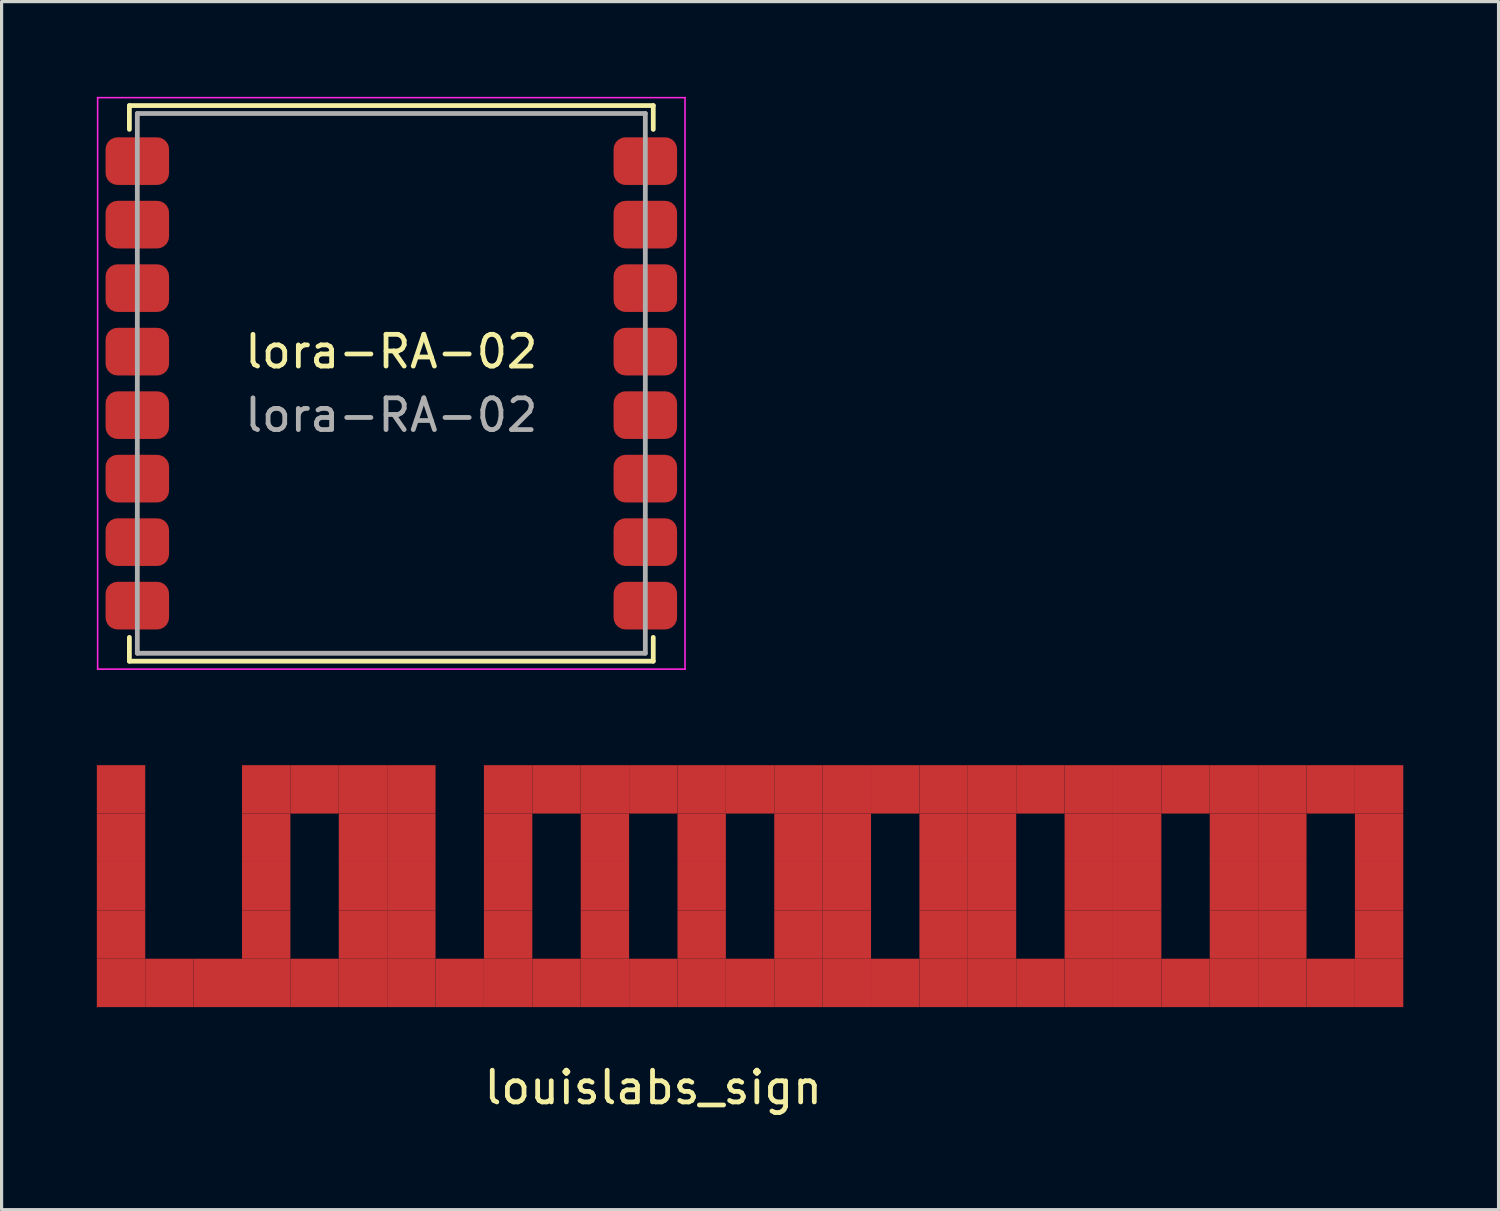
<source format=kicad_pcb>
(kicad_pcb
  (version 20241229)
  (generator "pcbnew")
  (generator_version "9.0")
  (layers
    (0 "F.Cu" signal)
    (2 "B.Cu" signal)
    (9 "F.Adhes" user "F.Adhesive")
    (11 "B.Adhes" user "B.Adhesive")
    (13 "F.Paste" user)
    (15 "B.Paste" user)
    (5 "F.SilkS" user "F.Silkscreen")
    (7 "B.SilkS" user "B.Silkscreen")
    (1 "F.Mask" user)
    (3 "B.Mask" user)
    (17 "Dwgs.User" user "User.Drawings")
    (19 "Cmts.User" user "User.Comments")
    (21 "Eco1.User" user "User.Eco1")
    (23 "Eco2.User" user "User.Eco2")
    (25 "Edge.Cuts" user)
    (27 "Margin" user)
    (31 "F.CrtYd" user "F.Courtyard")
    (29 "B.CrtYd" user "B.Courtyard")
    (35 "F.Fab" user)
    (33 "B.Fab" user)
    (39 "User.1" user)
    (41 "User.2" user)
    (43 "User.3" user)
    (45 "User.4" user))
  (footprint "lora-RA-02"
    (layer "F.Cu")
    (at 9.275 9.025)
    (property "Reference" "lora-RA-02" (at 0 -1 0) (layer "F.SilkS") (effects (font (size 1 1) (thickness 0.15))))
    (attr smd)
    (fp_line (start -8.25 -8.75) (end 8.25 -8.75) (stroke (width 0.15) (type solid)) (layer "F.SilkS"))
    (fp_line (start -8.25 -8) (end -8.25 -8.75) (stroke (width 0.15) (type solid)) (layer "F.SilkS"))
    (fp_line (start -8.25 8) (end -8.25 8.75) (stroke (width 0.15) (type solid)) (layer "F.SilkS"))
    (fp_line (start -8.25 8.75) (end 8.25 8.75) (stroke (width 0.15) (type solid)) (layer "F.SilkS"))
    (fp_line (start 8.25 -8.75) (end 8.25 -8) (stroke (width 0.15) (type solid)) (layer "F.SilkS"))
    (fp_line (start 8.25 8.75) (end 8.25 8) (stroke (width 0.15) (type solid)) (layer "F.SilkS"))
    (fp_line (start -9.25 -9) (end 9.25 -9) (stroke (width 0.05) (type solid)) (layer "F.CrtYd"))
    (fp_line (start -9.25 9) (end -9.25 -9) (stroke (width 0.05) (type solid)) (layer "F.CrtYd"))
    (fp_line (start 9.25 -9) (end 9.25 9) (stroke (width 0.05) (type solid)) (layer "F.CrtYd"))
    (fp_line (start 9.25 9) (end -9.25 9) (stroke (width 0.05) (type solid)) (layer "F.CrtYd"))
    (fp_line (start -8 -8.5) (end 8 -8.5) (stroke (width 0.15) (type solid)) (layer "F.Fab"))
    (fp_line (start -8 8.5) (end -8 -8.5) (stroke (width 0.15) (type solid)) (layer "F.Fab"))
    (fp_line (start 8 -8.5) (end 8 8.5) (stroke (width 0.15) (type solid)) (layer "F.Fab"))
    (fp_line (start 8 8.5) (end -8 8.5) (stroke (width 0.15) (type solid)) (layer "F.Fab"))
    (fp_text user "${REFERENCE}" (at 0 1 0) (layer "F.Fab") (effects (font (size 1 1) (thickness 0.15))))
    (pad "1" smd roundrect (at -8 -7) (size 2 1.5) (layers "F.Cu" "F.Mask" "F.Paste") (roundrect_rratio 0.25))
    (pad "2" smd roundrect (at -8 -5) (size 2 1.5) (layers "F.Cu" "F.Mask" "F.Paste") (roundrect_rratio 0.25))
    (pad "3" smd roundrect (at -8 -3) (size 2 1.5) (layers "F.Cu" "F.Mask" "F.Paste") (roundrect_rratio 0.25))
    (pad "4" smd roundrect (at -8 -1) (size 2 1.5) (layers "F.Cu" "F.Mask" "F.Paste") (roundrect_rratio 0.25))
    (pad "5" smd roundrect (at -8 1) (size 2 1.5) (layers "F.Cu" "F.Mask" "F.Paste") (roundrect_rratio 0.25))
    (pad "6" smd roundrect (at -8 3) (size 2 1.5) (layers "F.Cu" "F.Mask" "F.Paste") (roundrect_rratio 0.25))
    (pad "7" smd roundrect (at -8 5) (size 2 1.5) (layers "F.Cu" "F.Mask" "F.Paste") (roundrect_rratio 0.25))
    (pad "8" smd roundrect (at -8 7) (size 2 1.5) (layers "F.Cu" "F.Mask" "F.Paste") (roundrect_rratio 0.25))
    (pad "9" smd roundrect (at 8 7) (size 2 1.5) (layers "F.Cu" "F.Mask" "F.Paste") (roundrect_rratio 0.25))
    (pad "10" smd roundrect (at 8 5) (size 2 1.5) (layers "F.Cu" "F.Mask" "F.Paste") (roundrect_rratio 0.25))
    (pad "11" smd roundrect (at 8 3) (size 2 1.5) (layers "F.Cu" "F.Mask" "F.Paste") (roundrect_rratio 0.25))
    (pad "12" smd roundrect (at 8 1) (size 2 1.5) (layers "F.Cu" "F.Mask" "F.Paste") (roundrect_rratio 0.25))
    (pad "13" smd roundrect (at 8 -1) (size 2 1.5) (layers "F.Cu" "F.Mask" "F.Paste") (roundrect_rratio 0.25))
    (pad "14" smd roundrect (at 8 -3) (size 2 1.5) (layers "F.Cu" "F.Mask" "F.Paste") (roundrect_rratio 0.25))
    (pad "15" smd roundrect (at 8 -5) (size 2 1.5) (layers "F.Cu" "F.Mask" "F.Paste") (roundrect_rratio 0.25))
    (pad "16" smd roundrect (at 8 -7) (size 2 1.5) (layers "F.Cu" "F.Mask" "F.Paste") (roundrect_rratio 0.25)))
  (footprint "louislabs_sign"
    (layer "F.Cu")
    (at 17.526 30.702)
    (property "Reference" "louislabs_sign" (at 0 0.5 0) (layer "F.SilkS") (effects (font (size 1 1) (thickness 0.15))))
    (attr through_hole)
    (pad "1" smd rect (at -16.764 -8.89) (size 1.524 1.524) (layers "F.Cu" "F.Mask" "F.Paste"))
    (pad "1" smd rect (at -16.764 -7.366) (size 1.524 1.524) (layers "F.Cu" "F.Mask" "F.Paste"))
    (pad "1" smd rect (at -16.764 -5.842) (size 1.524 1.524) (layers "F.Cu" "F.Mask" "F.Paste"))
    (pad "1" smd rect (at -16.764 -4.318) (size 1.524 1.524) (layers "F.Cu" "F.Mask" "F.Paste"))
    (pad "1" smd rect (at -16.764 -2.794) (size 1.524 1.524) (layers "F.Cu" "F.Mask" "F.Paste"))
    (pad "1" smd rect (at -15.24 -2.794) (size 1.524 1.524) (layers "F.Cu" "F.Mask" "F.Paste"))
    (pad "1" smd rect (at -13.716 -2.794) (size 1.524 1.524) (layers "F.Cu" "F.Mask" "F.Paste"))
    (pad "1" smd rect (at -12.192 -8.89) (size 1.524 1.524) (layers "F.Cu" "F.Mask" "F.Paste"))
    (pad "1" smd rect (at -12.192 -7.366) (size 1.524 1.524) (layers "F.Cu" "F.Mask" "F.Paste"))
    (pad "1" smd rect (at -12.192 -5.842) (size 1.524 1.524) (layers "F.Cu" "F.Mask" "F.Paste"))
    (pad "1" smd rect (at -12.192 -4.318) (size 1.524 1.524) (layers "F.Cu" "F.Mask" "F.Paste"))
    (pad "1" smd rect (at -12.192 -2.794) (size 1.524 1.524) (layers "F.Cu" "F.Mask" "F.Paste"))
    (pad "1" smd rect (at -10.668 -8.89) (size 1.524 1.524) (layers "F.Cu" "F.Mask" "F.Paste"))
    (pad "1" smd rect (at -10.668 -2.794) (size 1.524 1.524) (layers "F.Cu" "F.Mask" "F.Paste"))
    (pad "1" smd rect (at -9.144 -8.89) (size 1.524 1.524) (layers "F.Cu" "F.Mask" "F.Paste"))
    (pad "1" smd rect (at -9.144 -7.366) (size 1.524 1.524) (layers "F.Cu" "F.Mask" "F.Paste"))
    (pad "1" smd rect (at -9.144 -5.842) (size 1.524 1.524) (layers "F.Cu" "F.Mask" "F.Paste"))
    (pad "1" smd rect (at -9.144 -4.318) (size 1.524 1.524) (layers "F.Cu" "F.Mask" "F.Paste"))
    (pad "1" smd rect (at -9.144 -2.794) (size 1.524 1.524) (layers "F.Cu" "F.Mask" "F.Paste"))
    (pad "1" smd rect (at -7.62 -8.89) (size 1.524 1.524) (layers "F.Cu" "F.Mask" "F.Paste"))
    (pad "1" smd rect (at -7.62 -7.366) (size 1.524 1.524) (layers "F.Cu" "F.Mask" "F.Paste"))
    (pad "1" smd rect (at -7.62 -5.842) (size 1.524 1.524) (layers "F.Cu" "F.Mask" "F.Paste"))
    (pad "1" smd rect (at -7.62 -4.318) (size 1.524 1.524) (layers "F.Cu" "F.Mask" "F.Paste"))
    (pad "1" smd rect (at -7.62 -2.794) (size 1.524 1.524) (layers "F.Cu" "F.Mask" "F.Paste"))
    (pad "1" smd rect (at -6.096 -2.794) (size 1.524 1.524) (layers "F.Cu" "F.Mask" "F.Paste"))
    (pad "1" smd rect (at -4.572 -8.89) (size 1.524 1.524) (layers "F.Cu" "F.Mask" "F.Paste"))
    (pad "1" smd rect (at -4.572 -7.366) (size 1.524 1.524) (layers "F.Cu" "F.Mask" "F.Paste"))
    (pad "1" smd rect (at -4.572 -5.842) (size 1.524 1.524) (layers "F.Cu" "F.Mask" "F.Paste"))
    (pad "1" smd rect (at -4.572 -4.318) (size 1.524 1.524) (layers "F.Cu" "F.Mask" "F.Paste"))
    (pad "1" smd rect (at -4.572 -2.794) (size 1.524 1.524) (layers "F.Cu" "F.Mask" "F.Paste"))
    (pad "1" smd rect (at -3.048 -8.89) (size 1.524 1.524) (layers "F.Cu" "F.Mask" "F.Paste"))
    (pad "1" smd rect (at -3.048 -2.794) (size 1.524 1.524) (layers "F.Cu" "F.Mask" "F.Paste"))
    (pad "1" smd rect (at -1.524 -8.89) (size 1.524 1.524) (layers "F.Cu" "F.Mask" "F.Paste"))
    (pad "1" smd rect (at -1.524 -7.366) (size 1.524 1.524) (layers "F.Cu" "F.Mask" "F.Paste"))
    (pad "1" smd rect (at -1.524 -5.842) (size 1.524 1.524) (layers "F.Cu" "F.Mask" "F.Paste"))
    (pad "1" smd rect (at -1.524 -4.318) (size 1.524 1.524) (layers "F.Cu" "F.Mask" "F.Paste"))
    (pad "1" smd rect (at -1.524 -2.794) (size 1.524 1.524) (layers "F.Cu" "F.Mask" "F.Paste"))
    (pad "1" smd rect (at 0 -8.89) (size 1.524 1.524) (layers "F.Cu" "F.Mask" "F.Paste"))
    (pad "1" smd rect (at 0 -2.794) (size 1.524 1.524) (layers "F.Cu" "F.Mask" "F.Paste"))
    (pad "1" smd rect (at 1.524 -8.89) (size 1.524 1.524) (layers "F.Cu" "F.Mask" "F.Paste"))
    (pad "1" smd rect (at 1.524 -7.366) (size 1.524 1.524) (layers "F.Cu" "F.Mask" "F.Paste"))
    (pad "1" smd rect (at 1.524 -5.842) (size 1.524 1.524) (layers "F.Cu" "F.Mask" "F.Paste"))
    (pad "1" smd rect (at 1.524 -4.318) (size 1.524 1.524) (layers "F.Cu" "F.Mask" "F.Paste"))
    (pad "1" smd rect (at 1.524 -2.794) (size 1.524 1.524) (layers "F.Cu" "F.Mask" "F.Paste"))
    (pad "1" smd rect (at 3.048 -8.89) (size 1.524 1.524) (layers "F.Cu" "F.Mask" "F.Paste"))
    (pad "1" smd rect (at 3.048 -2.794) (size 1.524 1.524) (layers "F.Cu" "F.Mask" "F.Paste"))
    (pad "1" smd rect (at 4.572 -8.89) (size 1.524 1.524) (layers "F.Cu" "F.Mask" "F.Paste"))
    (pad "1" smd rect (at 4.572 -7.366) (size 1.524 1.524) (layers "F.Cu" "F.Mask" "F.Paste"))
    (pad "1" smd rect (at 4.572 -5.842) (size 1.524 1.524) (layers "F.Cu" "F.Mask" "F.Paste"))
    (pad "1" smd rect (at 4.572 -4.318) (size 1.524 1.524) (layers "F.Cu" "F.Mask" "F.Paste"))
    (pad "1" smd rect (at 4.572 -2.794) (size 1.524 1.524) (layers "F.Cu" "F.Mask" "F.Paste"))
    (pad "1" smd rect (at 6.096 -8.89) (size 1.524 1.524) (layers "F.Cu" "F.Mask" "F.Paste"))
    (pad "1" smd rect (at 6.096 -7.366) (size 1.524 1.524) (layers "F.Cu" "F.Mask" "F.Paste"))
    (pad "1" smd rect (at 6.096 -5.842) (size 1.524 1.524) (layers "F.Cu" "F.Mask" "F.Paste"))
    (pad "1" smd rect (at 6.096 -4.318) (size 1.524 1.524) (layers "F.Cu" "F.Mask" "F.Paste"))
    (pad "1" smd rect (at 6.096 -2.794) (size 1.524 1.524) (layers "F.Cu" "F.Mask" "F.Paste"))
    (pad "1" smd rect (at 7.62 -8.89) (size 1.524 1.524) (layers "F.Cu" "F.Mask" "F.Paste"))
    (pad "1" smd rect (at 7.62 -2.794) (size 1.524 1.524) (layers "F.Cu" "F.Mask" "F.Paste"))
    (pad "1" smd rect (at 9.144 -8.89) (size 1.524 1.524) (layers "F.Cu" "F.Mask" "F.Paste"))
    (pad "1" smd rect (at 9.144 -7.366) (size 1.524 1.524) (layers "F.Cu" "F.Mask" "F.Paste"))
    (pad "1" smd rect (at 9.144 -5.842) (size 1.524 1.524) (layers "F.Cu" "F.Mask" "F.Paste"))
    (pad "1" smd rect (at 9.144 -4.318) (size 1.524 1.524) (layers "F.Cu" "F.Mask" "F.Paste"))
    (pad "1" smd rect (at 9.144 -2.794) (size 1.524 1.524) (layers "F.Cu" "F.Mask" "F.Paste"))
    (pad "1" smd rect (at 10.668 -8.89) (size 1.524 1.524) (layers "F.Cu" "F.Mask" "F.Paste"))
    (pad "1" smd rect (at 10.668 -7.366) (size 1.524 1.524) (layers "F.Cu" "F.Mask" "F.Paste"))
    (pad "1" smd rect (at 10.668 -5.842) (size 1.524 1.524) (layers "F.Cu" "F.Mask" "F.Paste"))
    (pad "1" smd rect (at 10.668 -4.318) (size 1.524 1.524) (layers "F.Cu" "F.Mask" "F.Paste"))
    (pad "1" smd rect (at 10.668 -2.794) (size 1.524 1.524) (layers "F.Cu" "F.Mask" "F.Paste"))
    (pad "1" smd rect (at 12.192 -8.89) (size 1.524 1.524) (layers "F.Cu" "F.Mask" "F.Paste"))
    (pad "1" smd rect (at 12.192 -2.794) (size 1.524 1.524) (layers "F.Cu" "F.Mask" "F.Paste"))
    (pad "1" smd rect (at 13.716 -8.89) (size 1.524 1.524) (layers "F.Cu" "F.Mask" "F.Paste"))
    (pad "1" smd rect (at 13.716 -7.366) (size 1.524 1.524) (layers "F.Cu" "F.Mask" "F.Paste"))
    (pad "1" smd rect (at 13.716 -5.842) (size 1.524 1.524) (layers "F.Cu" "F.Mask" "F.Paste"))
    (pad "1" smd rect (at 13.716 -4.318) (size 1.524 1.524) (layers "F.Cu" "F.Mask" "F.Paste"))
    (pad "1" smd rect (at 13.716 -2.794) (size 1.524 1.524) (layers "F.Cu" "F.Mask" "F.Paste"))
    (pad "1" smd rect (at 15.24 -8.89) (size 1.524 1.524) (layers "F.Cu" "F.Mask" "F.Paste"))
    (pad "1" smd rect (at 15.24 -7.366) (size 1.524 1.524) (layers "F.Cu" "F.Mask" "F.Paste"))
    (pad "1" smd rect (at 15.24 -5.842) (size 1.524 1.524) (layers "F.Cu" "F.Mask" "F.Paste"))
    (pad "1" smd rect (at 15.24 -4.318) (size 1.524 1.524) (layers "F.Cu" "F.Mask" "F.Paste"))
    (pad "1" smd rect (at 15.24 -2.794) (size 1.524 1.524) (layers "F.Cu" "F.Mask" "F.Paste"))
    (pad "1" smd rect (at 16.764 -8.89) (size 1.524 1.524) (layers "F.Cu" "F.Mask" "F.Paste"))
    (pad "1" smd rect (at 16.764 -2.794) (size 1.524 1.524) (layers "F.Cu" "F.Mask" "F.Paste"))
    (pad "1" smd rect (at 18.288 -8.89) (size 1.524 1.524) (layers "F.Cu" "F.Mask" "F.Paste"))
    (pad "1" smd rect (at 18.288 -7.366) (size 1.524 1.524) (layers "F.Cu" "F.Mask" "F.Paste"))
    (pad "1" smd rect (at 18.288 -5.842) (size 1.524 1.524) (layers "F.Cu" "F.Mask" "F.Paste"))
    (pad "1" smd rect (at 18.288 -4.318) (size 1.524 1.524) (layers "F.Cu" "F.Mask" "F.Paste"))
    (pad "1" smd rect (at 18.288 -2.794) (size 1.524 1.524) (layers "F.Cu" "F.Mask" "F.Paste"))
    (pad "1" smd rect (at 19.812 -8.89) (size 1.524 1.524) (layers "F.Cu" "F.Mask" "F.Paste"))
    (pad "1" smd rect (at 19.812 -7.366) (size 1.524 1.524) (layers "F.Cu" "F.Mask" "F.Paste"))
    (pad "1" smd rect (at 19.812 -5.842) (size 1.524 1.524) (layers "F.Cu" "F.Mask" "F.Paste"))
    (pad "1" smd rect (at 19.812 -4.318) (size 1.524 1.524) (layers "F.Cu" "F.Mask" "F.Paste"))
    (pad "1" smd rect (at 19.812 -2.794) (size 1.524 1.524) (layers "F.Cu" "F.Mask" "F.Paste"))
    (pad "1" smd rect (at 21.336 -8.89) (size 1.524 1.524) (layers "F.Cu" "F.Mask" "F.Paste"))
    (pad "1" smd rect (at 21.336 -2.794) (size 1.524 1.524) (layers "F.Cu" "F.Mask" "F.Paste"))
    (pad "1" smd rect (at 22.86 -8.89) (size 1.524 1.524) (layers "F.Cu" "F.Mask" "F.Paste"))
    (pad "1" smd rect (at 22.86 -7.366) (size 1.524 1.524) (layers "F.Cu" "F.Mask" "F.Paste"))
    (pad "1" smd rect (at 22.86 -5.842) (size 1.524 1.524) (layers "F.Cu" "F.Mask" "F.Paste"))
    (pad "1" smd rect (at 22.86 -4.318) (size 1.524 1.524) (layers "F.Cu" "F.Mask" "F.Paste"))
    (pad "1" smd rect (at 22.86 -2.794) (size 1.524 1.524) (layers "F.Cu" "F.Mask" "F.Paste")))
  (gr_rect
    (start -3 -3)
    (end 44.148 35.05)
    (stroke (width 0.1) (type default))
    (fill no)
    (layer "Edge.Cuts")))
</source>
